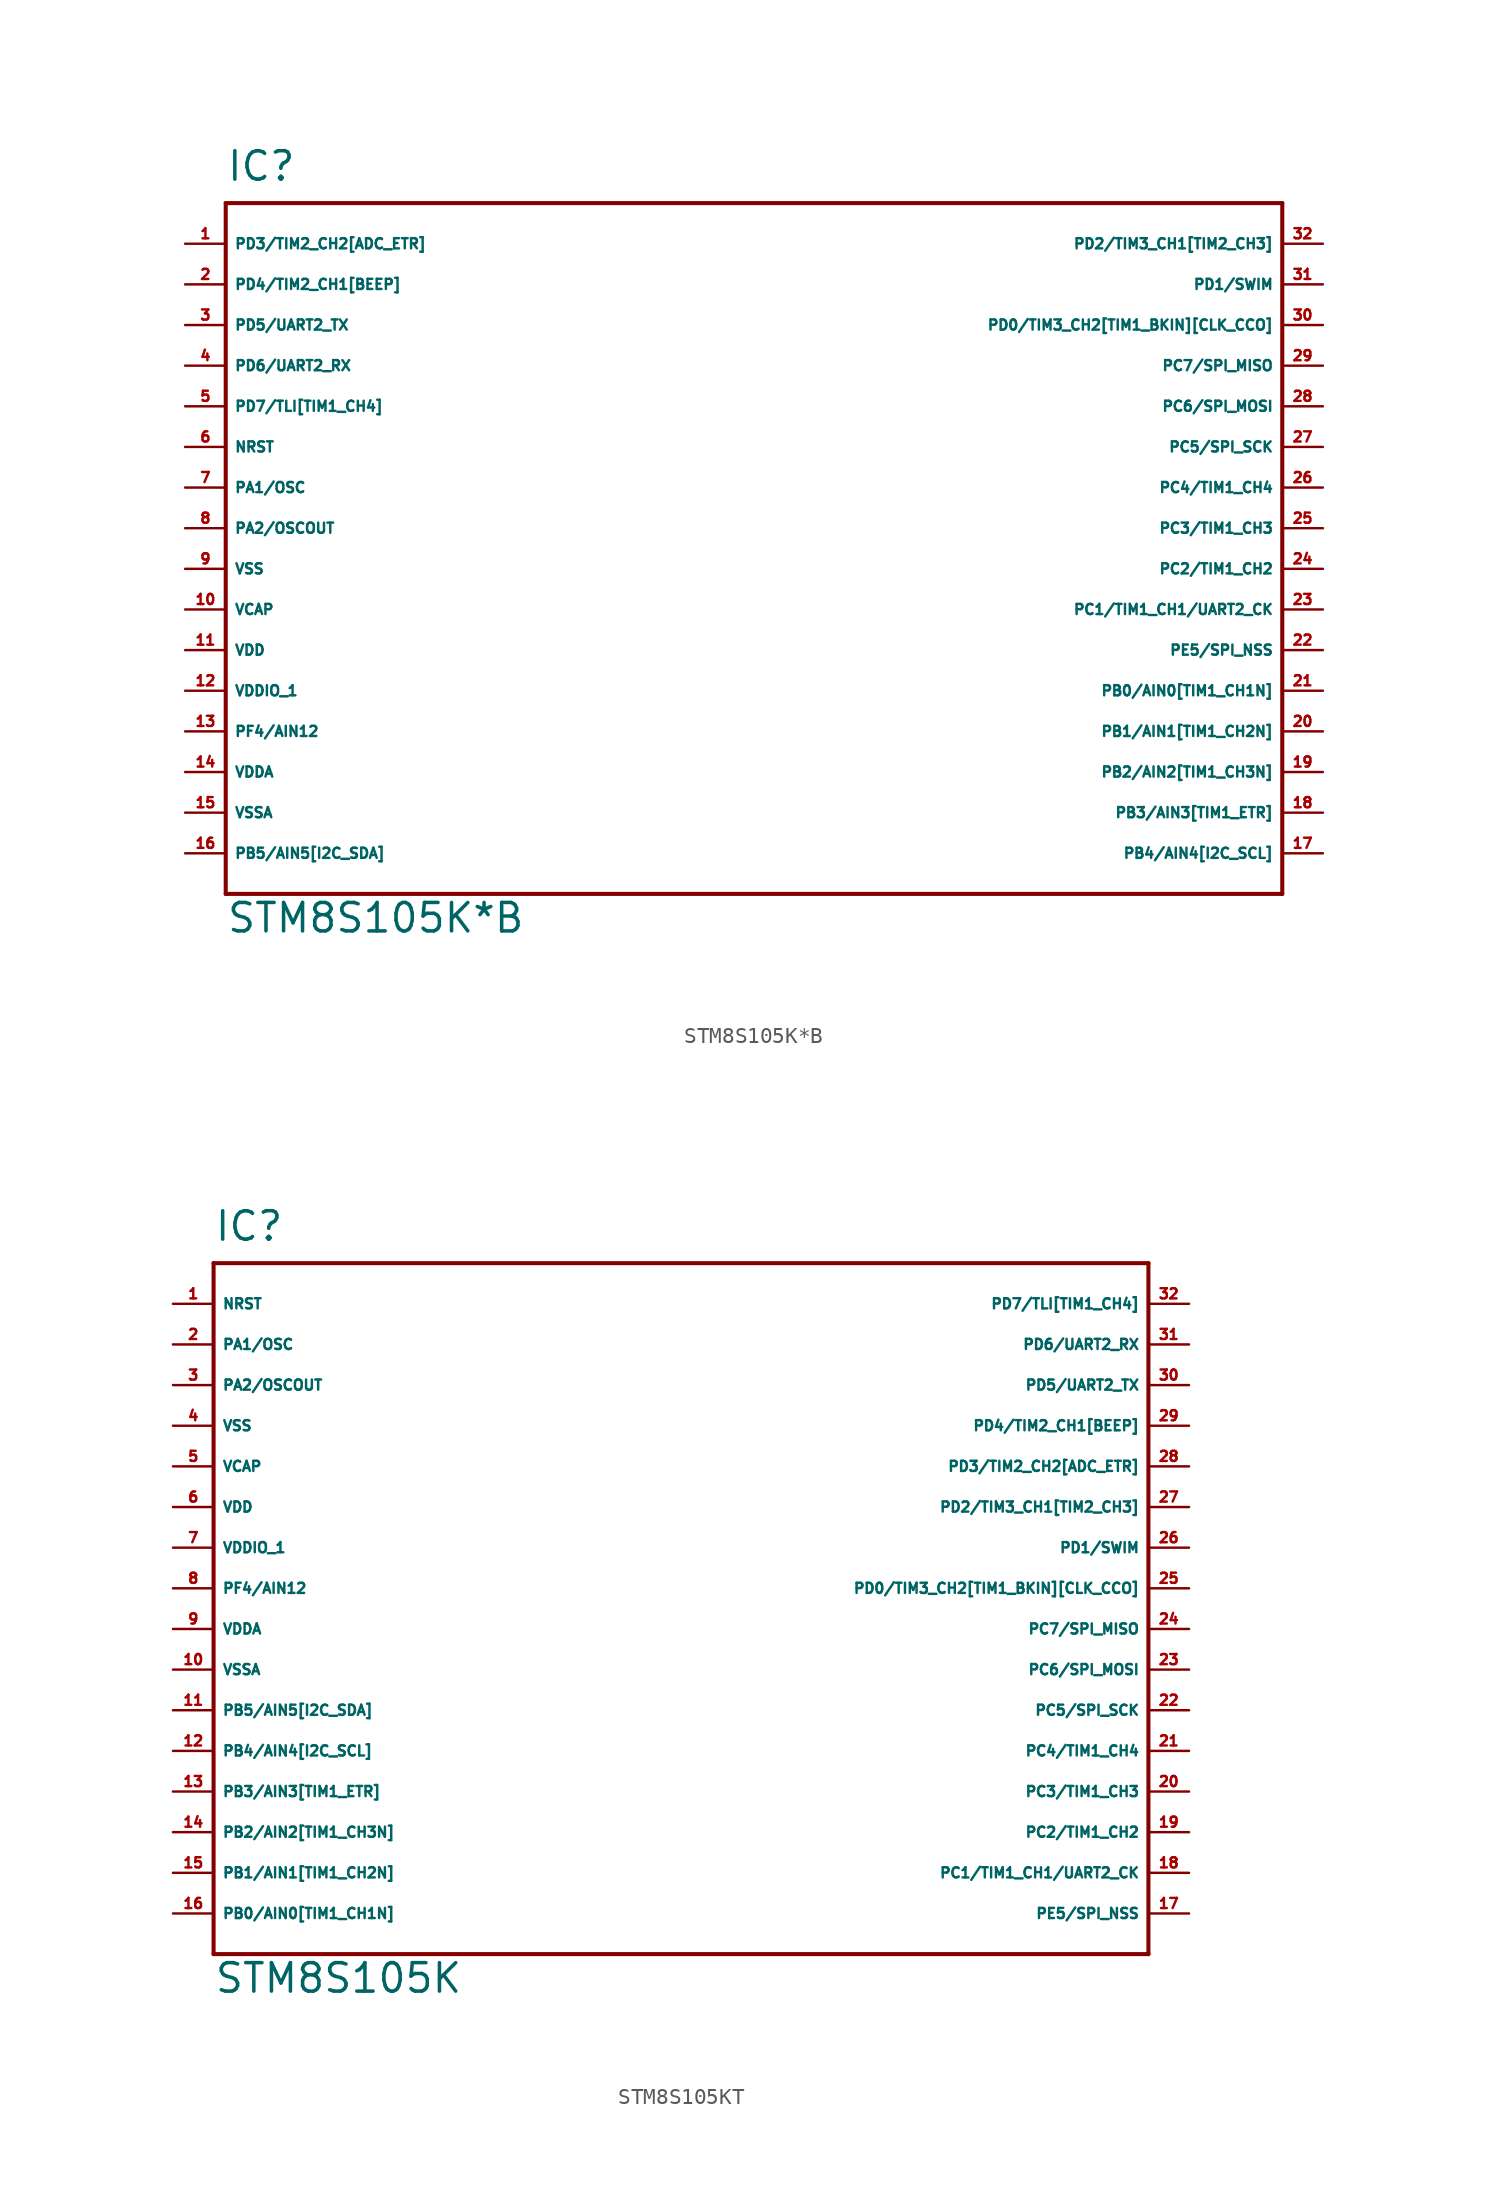
<source format=kicad_sym>
(kicad_symbol_lib
  (version 20220914)
  (generator Eagle2Kicad)
  (symbol "STM8S105K*B"
    (property "Reference" "IC"
      (at -33.02 21.59 0)
      (effects (font (size 1.778 1.778) (thickness 0.22)) (justify left bottom)))
    (property "Value" "STM8S105K*B"
      (at -33.02 -25.4 0)
      (effects (font (size 1.778 1.778) (thickness 0.22)) (justify left bottom)))
    (polyline
      (pts (xy -33.02 -22.86) (xy 33.02 -22.86))
      (stroke (width 0.254) (type default))
      (fill (type none)))
    (polyline
      (pts (xy 33.02 -22.86) (xy 33.02 20.32))
      (stroke (width 0.254) (type default))
      (fill (type none)))
    (polyline
      (pts (xy 33.02 20.32) (xy -33.02 20.32))
      (stroke (width 0.254) (type default))
      (fill (type none)))
    (polyline
      (pts (xy -33.02 20.32) (xy -33.02 -22.86))
      (stroke (width 0.254) (type default))
      (fill (type none)))
    (pin bidirectional line
      (at -35.56 17.78 0)
      (length 2.54)
      (name "PD3/TIM2_CH2[ADC_ETR]" (effects (font (size 0.635 0.635) (thickness 0.08)) (justify left bottom)))
      (number "1" (effects (font (size 0.635 0.635) (thickness 0.08)) (justify left bottom))))
    (pin bidirectional line
      (at -35.56 15.24 0)
      (length 2.54)
      (name "PD4/TIM2_CH1[BEEP]" (effects (font (size 0.635 0.635) (thickness 0.08)) (justify left bottom)))
      (number "2" (effects (font (size 0.635 0.635) (thickness 0.08)) (justify left bottom))))
    (pin bidirectional line
      (at -35.56 12.7 0)
      (length 2.54)
      (name "PD5/UART2_TX" (effects (font (size 0.635 0.635) (thickness 0.08)) (justify left bottom)))
      (number "3" (effects (font (size 0.635 0.635) (thickness 0.08)) (justify left bottom))))
    (pin bidirectional line
      (at -35.56 10.16 0)
      (length 2.54)
      (name "PD6/UART2_RX" (effects (font (size 0.635 0.635) (thickness 0.08)) (justify left bottom)))
      (number "4" (effects (font (size 0.635 0.635) (thickness 0.08)) (justify left bottom))))
    (pin bidirectional line
      (at -35.56 7.62 0)
      (length 2.54)
      (name "PD7/TLI[TIM1_CH4]" (effects (font (size 0.635 0.635) (thickness 0.08)) (justify left bottom)))
      (number "5" (effects (font (size 0.635 0.635) (thickness 0.08)) (justify left bottom))))
    (pin bidirectional line
      (at -35.56 5.08 0)
      (length 2.54)
      (name "NRST" (effects (font (size 0.635 0.635) (thickness 0.08)) (justify left bottom)))
      (number "6" (effects (font (size 0.635 0.635) (thickness 0.08)) (justify left bottom))))
    (pin bidirectional line
      (at -35.56 2.54 0)
      (length 2.54)
      (name "PA1/OSC" (effects (font (size 0.635 0.635) (thickness 0.08)) (justify left bottom)))
      (number "7" (effects (font (size 0.635 0.635) (thickness 0.08)) (justify left bottom))))
    (pin bidirectional line
      (at -35.56 0 0)
      (length 2.54)
      (name "PA2/OSCOUT" (effects (font (size 0.635 0.635) (thickness 0.08)) (justify left bottom)))
      (number "8" (effects (font (size 0.635 0.635) (thickness 0.08)) (justify left bottom))))
    (pin unspecified line
      (at -35.56 -2.54 0)
      (length 2.54)
      (name "VSS" (effects (font (size 0.635 0.635) (thickness 0.08)) (justify left bottom)))
      (number "9" (effects (font (size 0.635 0.635) (thickness 0.08)) (justify left bottom))))
    (pin unspecified line
      (at -35.56 -5.08 0)
      (length 2.54)
      (name "VCAP" (effects (font (size 0.635 0.635) (thickness 0.08)) (justify left bottom)))
      (number "10" (effects (font (size 0.635 0.635) (thickness 0.08)) (justify left bottom))))
    (pin unspecified line
      (at -35.56 -7.62 0)
      (length 2.54)
      (name "VDD" (effects (font (size 0.635 0.635) (thickness 0.08)) (justify left bottom)))
      (number "11" (effects (font (size 0.635 0.635) (thickness 0.08)) (justify left bottom))))
    (pin unspecified line
      (at -35.56 -10.16 0)
      (length 2.54)
      (name "VDDIO_1" (effects (font (size 0.635 0.635) (thickness 0.08)) (justify left bottom)))
      (number "12" (effects (font (size 0.635 0.635) (thickness 0.08)) (justify left bottom))))
    (pin bidirectional line
      (at -35.56 -12.7 0)
      (length 2.54)
      (name "PF4/AIN12" (effects (font (size 0.635 0.635) (thickness 0.08)) (justify left bottom)))
      (number "13" (effects (font (size 0.635 0.635) (thickness 0.08)) (justify left bottom))))
    (pin unspecified line
      (at -35.56 -15.24 0)
      (length 2.54)
      (name "VDDA" (effects (font (size 0.635 0.635) (thickness 0.08)) (justify left bottom)))
      (number "14" (effects (font (size 0.635 0.635) (thickness 0.08)) (justify left bottom))))
    (pin unspecified line
      (at -35.56 -17.78 0)
      (length 2.54)
      (name "VSSA" (effects (font (size 0.635 0.635) (thickness 0.08)) (justify left bottom)))
      (number "15" (effects (font (size 0.635 0.635) (thickness 0.08)) (justify left bottom))))
    (pin bidirectional line
      (at -35.56 -20.32 0)
      (length 2.54)
      (name "PB5/AIN5[I2C_SDA]" (effects (font (size 0.635 0.635) (thickness 0.08)) (justify left bottom)))
      (number "16" (effects (font (size 0.635 0.635) (thickness 0.08)) (justify left bottom))))
    (pin bidirectional line
      (at 35.56 -20.32 180)
      (length 2.54)
      (name "PB4/AIN4[I2C_SCL]" (effects (font (size 0.635 0.635) (thickness 0.08)) (justify left bottom)))
      (number "17" (effects (font (size 0.635 0.635) (thickness 0.08)) (justify left bottom))))
    (pin bidirectional line
      (at 35.56 -17.78 180)
      (length 2.54)
      (name "PB3/AIN3[TIM1_ETR]" (effects (font (size 0.635 0.635) (thickness 0.08)) (justify left bottom)))
      (number "18" (effects (font (size 0.635 0.635) (thickness 0.08)) (justify left bottom))))
    (pin bidirectional line
      (at 35.56 -15.24 180)
      (length 2.54)
      (name "PB2/AIN2[TIM1_CH3N]" (effects (font (size 0.635 0.635) (thickness 0.08)) (justify left bottom)))
      (number "19" (effects (font (size 0.635 0.635) (thickness 0.08)) (justify left bottom))))
    (pin bidirectional line
      (at 35.56 -12.7 180)
      (length 2.54)
      (name "PB1/AIN1[TIM1_CH2N]" (effects (font (size 0.635 0.635) (thickness 0.08)) (justify left bottom)))
      (number "20" (effects (font (size 0.635 0.635) (thickness 0.08)) (justify left bottom))))
    (pin bidirectional line
      (at 35.56 -10.16 180)
      (length 2.54)
      (name "PB0/AIN0[TIM1_CH1N]" (effects (font (size 0.635 0.635) (thickness 0.08)) (justify left bottom)))
      (number "21" (effects (font (size 0.635 0.635) (thickness 0.08)) (justify left bottom))))
    (pin bidirectional line
      (at 35.56 -7.62 180)
      (length 2.54)
      (name "PE5/SPI_NSS" (effects (font (size 0.635 0.635) (thickness 0.08)) (justify left bottom)))
      (number "22" (effects (font (size 0.635 0.635) (thickness 0.08)) (justify left bottom))))
    (pin bidirectional line
      (at 35.56 -5.08 180)
      (length 2.54)
      (name "PC1/TIM1_CH1/UART2_CK" (effects (font (size 0.635 0.635) (thickness 0.08)) (justify left bottom)))
      (number "23" (effects (font (size 0.635 0.635) (thickness 0.08)) (justify left bottom))))
    (pin bidirectional line
      (at 35.56 -2.54 180)
      (length 2.54)
      (name "PC2/TIM1_CH2" (effects (font (size 0.635 0.635) (thickness 0.08)) (justify left bottom)))
      (number "24" (effects (font (size 0.635 0.635) (thickness 0.08)) (justify left bottom))))
    (pin bidirectional line
      (at 35.56 0 180)
      (length 2.54)
      (name "PC3/TIM1_CH3" (effects (font (size 0.635 0.635) (thickness 0.08)) (justify left bottom)))
      (number "25" (effects (font (size 0.635 0.635) (thickness 0.08)) (justify left bottom))))
    (pin bidirectional line
      (at 35.56 2.54 180)
      (length 2.54)
      (name "PC4/TIM1_CH4" (effects (font (size 0.635 0.635) (thickness 0.08)) (justify left bottom)))
      (number "26" (effects (font (size 0.635 0.635) (thickness 0.08)) (justify left bottom))))
    (pin bidirectional line
      (at 35.56 5.08 180)
      (length 2.54)
      (name "PC5/SPI_SCK" (effects (font (size 0.635 0.635) (thickness 0.08)) (justify left bottom)))
      (number "27" (effects (font (size 0.635 0.635) (thickness 0.08)) (justify left bottom))))
    (pin bidirectional line
      (at 35.56 7.62 180)
      (length 2.54)
      (name "PC6/SPI_MOSI" (effects (font (size 0.635 0.635) (thickness 0.08)) (justify left bottom)))
      (number "28" (effects (font (size 0.635 0.635) (thickness 0.08)) (justify left bottom))))
    (pin bidirectional line
      (at 35.56 10.16 180)
      (length 2.54)
      (name "PC7/SPI_MISO" (effects (font (size 0.635 0.635) (thickness 0.08)) (justify left bottom)))
      (number "29" (effects (font (size 0.635 0.635) (thickness 0.08)) (justify left bottom))))
    (pin bidirectional line
      (at 35.56 12.7 180)
      (length 2.54)
      (name "PD0/TIM3_CH2[TIM1_BKIN][CLK_CCO]" (effects (font (size 0.635 0.635) (thickness 0.08)) (justify left bottom)))
      (number "30" (effects (font (size 0.635 0.635) (thickness 0.08)) (justify left bottom))))
    (pin bidirectional line
      (at 35.56 15.24 180)
      (length 2.54)
      (name "PD1/SWIM" (effects (font (size 0.635 0.635) (thickness 0.08)) (justify left bottom)))
      (number "31" (effects (font (size 0.635 0.635) (thickness 0.08)) (justify left bottom))))
    (pin bidirectional line
      (at 35.56 17.78 180)
      (length 2.54)
      (name "PD2/TIM3_CH1[TIM2_CH3]" (effects (font (size 0.635 0.635) (thickness 0.08)) (justify left bottom)))
      (number "32" (effects (font (size 0.635 0.635) (thickness 0.08)) (justify left bottom)))))
  (symbol "STM8S105KT"
    (property "Reference" "IC"
      (at -30.48 21.59 0)
      (effects (font (size 1.778 1.778) (thickness 0.22)) (justify left bottom)))
    (property "Value" "STM8S105K"
      (at -30.48 -25.4 0)
      (effects (font (size 1.778 1.778) (thickness 0.22)) (justify left bottom)))
    (polyline
      (pts (xy -30.48 -22.86) (xy 27.94 -22.86))
      (stroke (width 0.254) (type default))
      (fill (type none)))
    (polyline
      (pts (xy 27.94 -22.86) (xy 27.94 20.32))
      (stroke (width 0.254) (type default))
      (fill (type none)))
    (polyline
      (pts (xy 27.94 20.32) (xy -30.48 20.32))
      (stroke (width 0.254) (type default))
      (fill (type none)))
    (polyline
      (pts (xy -30.48 20.32) (xy -30.48 -22.86))
      (stroke (width 0.254) (type default))
      (fill (type none)))
    (pin bidirectional line
      (at -33.02 17.78 0)
      (length 2.54)
      (name "NRST" (effects (font (size 0.635 0.635) (thickness 0.08)) (justify left bottom)))
      (number "1" (effects (font (size 0.635 0.635) (thickness 0.08)) (justify left bottom))))
    (pin bidirectional line
      (at -33.02 15.24 0)
      (length 2.54)
      (name "PA1/OSC" (effects (font (size 0.635 0.635) (thickness 0.08)) (justify left bottom)))
      (number "2" (effects (font (size 0.635 0.635) (thickness 0.08)) (justify left bottom))))
    (pin bidirectional line
      (at -33.02 12.7 0)
      (length 2.54)
      (name "PA2/OSCOUT" (effects (font (size 0.635 0.635) (thickness 0.08)) (justify left bottom)))
      (number "3" (effects (font (size 0.635 0.635) (thickness 0.08)) (justify left bottom))))
    (pin unspecified line
      (at -33.02 10.16 0)
      (length 2.54)
      (name "VSS" (effects (font (size 0.635 0.635) (thickness 0.08)) (justify left bottom)))
      (number "4" (effects (font (size 0.635 0.635) (thickness 0.08)) (justify left bottom))))
    (pin unspecified line
      (at -33.02 7.62 0)
      (length 2.54)
      (name "VCAP" (effects (font (size 0.635 0.635) (thickness 0.08)) (justify left bottom)))
      (number "5" (effects (font (size 0.635 0.635) (thickness 0.08)) (justify left bottom))))
    (pin unspecified line
      (at -33.02 5.08 0)
      (length 2.54)
      (name "VDD" (effects (font (size 0.635 0.635) (thickness 0.08)) (justify left bottom)))
      (number "6" (effects (font (size 0.635 0.635) (thickness 0.08)) (justify left bottom))))
    (pin unspecified line
      (at -33.02 2.54 0)
      (length 2.54)
      (name "VDDIO_1" (effects (font (size 0.635 0.635) (thickness 0.08)) (justify left bottom)))
      (number "7" (effects (font (size 0.635 0.635) (thickness 0.08)) (justify left bottom))))
    (pin bidirectional line
      (at -33.02 0 0)
      (length 2.54)
      (name "PF4/AIN12" (effects (font (size 0.635 0.635) (thickness 0.08)) (justify left bottom)))
      (number "8" (effects (font (size 0.635 0.635) (thickness 0.08)) (justify left bottom))))
    (pin unspecified line
      (at -33.02 -2.54 0)
      (length 2.54)
      (name "VDDA" (effects (font (size 0.635 0.635) (thickness 0.08)) (justify left bottom)))
      (number "9" (effects (font (size 0.635 0.635) (thickness 0.08)) (justify left bottom))))
    (pin unspecified line
      (at -33.02 -5.08 0)
      (length 2.54)
      (name "VSSA" (effects (font (size 0.635 0.635) (thickness 0.08)) (justify left bottom)))
      (number "10" (effects (font (size 0.635 0.635) (thickness 0.08)) (justify left bottom))))
    (pin bidirectional line
      (at -33.02 -7.62 0)
      (length 2.54)
      (name "PB5/AIN5[I2C_SDA]" (effects (font (size 0.635 0.635) (thickness 0.08)) (justify left bottom)))
      (number "11" (effects (font (size 0.635 0.635) (thickness 0.08)) (justify left bottom))))
    (pin bidirectional line
      (at -33.02 -10.16 0)
      (length 2.54)
      (name "PB4/AIN4[I2C_SCL]" (effects (font (size 0.635 0.635) (thickness 0.08)) (justify left bottom)))
      (number "12" (effects (font (size 0.635 0.635) (thickness 0.08)) (justify left bottom))))
    (pin bidirectional line
      (at -33.02 -12.7 0)
      (length 2.54)
      (name "PB3/AIN3[TIM1_ETR]" (effects (font (size 0.635 0.635) (thickness 0.08)) (justify left bottom)))
      (number "13" (effects (font (size 0.635 0.635) (thickness 0.08)) (justify left bottom))))
    (pin bidirectional line
      (at -33.02 -15.24 0)
      (length 2.54)
      (name "PB2/AIN2[TIM1_CH3N]" (effects (font (size 0.635 0.635) (thickness 0.08)) (justify left bottom)))
      (number "14" (effects (font (size 0.635 0.635) (thickness 0.08)) (justify left bottom))))
    (pin bidirectional line
      (at -33.02 -17.78 0)
      (length 2.54)
      (name "PB1/AIN1[TIM1_CH2N]" (effects (font (size 0.635 0.635) (thickness 0.08)) (justify left bottom)))
      (number "15" (effects (font (size 0.635 0.635) (thickness 0.08)) (justify left bottom))))
    (pin bidirectional line
      (at -33.02 -20.32 0)
      (length 2.54)
      (name "PB0/AIN0[TIM1_CH1N]" (effects (font (size 0.635 0.635) (thickness 0.08)) (justify left bottom)))
      (number "16" (effects (font (size 0.635 0.635) (thickness 0.08)) (justify left bottom))))
    (pin bidirectional line
      (at 30.48 -20.32 180)
      (length 2.54)
      (name "PE5/SPI_NSS" (effects (font (size 0.635 0.635) (thickness 0.08)) (justify left bottom)))
      (number "17" (effects (font (size 0.635 0.635) (thickness 0.08)) (justify left bottom))))
    (pin bidirectional line
      (at 30.48 -17.78 180)
      (length 2.54)
      (name "PC1/TIM1_CH1/UART2_CK" (effects (font (size 0.635 0.635) (thickness 0.08)) (justify left bottom)))
      (number "18" (effects (font (size 0.635 0.635) (thickness 0.08)) (justify left bottom))))
    (pin bidirectional line
      (at 30.48 -15.24 180)
      (length 2.54)
      (name "PC2/TIM1_CH2" (effects (font (size 0.635 0.635) (thickness 0.08)) (justify left bottom)))
      (number "19" (effects (font (size 0.635 0.635) (thickness 0.08)) (justify left bottom))))
    (pin bidirectional line
      (at 30.48 -12.7 180)
      (length 2.54)
      (name "PC3/TIM1_CH3" (effects (font (size 0.635 0.635) (thickness 0.08)) (justify left bottom)))
      (number "20" (effects (font (size 0.635 0.635) (thickness 0.08)) (justify left bottom))))
    (pin bidirectional line
      (at 30.48 -10.16 180)
      (length 2.54)
      (name "PC4/TIM1_CH4" (effects (font (size 0.635 0.635) (thickness 0.08)) (justify left bottom)))
      (number "21" (effects (font (size 0.635 0.635) (thickness 0.08)) (justify left bottom))))
    (pin bidirectional line
      (at 30.48 -7.62 180)
      (length 2.54)
      (name "PC5/SPI_SCK" (effects (font (size 0.635 0.635) (thickness 0.08)) (justify left bottom)))
      (number "22" (effects (font (size 0.635 0.635) (thickness 0.08)) (justify left bottom))))
    (pin bidirectional line
      (at 30.48 -5.08 180)
      (length 2.54)
      (name "PC6/SPI_MOSI" (effects (font (size 0.635 0.635) (thickness 0.08)) (justify left bottom)))
      (number "23" (effects (font (size 0.635 0.635) (thickness 0.08)) (justify left bottom))))
    (pin bidirectional line
      (at 30.48 -2.54 180)
      (length 2.54)
      (name "PC7/SPI_MISO" (effects (font (size 0.635 0.635) (thickness 0.08)) (justify left bottom)))
      (number "24" (effects (font (size 0.635 0.635) (thickness 0.08)) (justify left bottom))))
    (pin bidirectional line
      (at 30.48 0 180)
      (length 2.54)
      (name "PD0/TIM3_CH2[TIM1_BKIN][CLK_CCO]" (effects (font (size 0.635 0.635) (thickness 0.08)) (justify left bottom)))
      (number "25" (effects (font (size 0.635 0.635) (thickness 0.08)) (justify left bottom))))
    (pin bidirectional line
      (at 30.48 2.54 180)
      (length 2.54)
      (name "PD1/SWIM" (effects (font (size 0.635 0.635) (thickness 0.08)) (justify left bottom)))
      (number "26" (effects (font (size 0.635 0.635) (thickness 0.08)) (justify left bottom))))
    (pin bidirectional line
      (at 30.48 5.08 180)
      (length 2.54)
      (name "PD2/TIM3_CH1[TIM2_CH3]" (effects (font (size 0.635 0.635) (thickness 0.08)) (justify left bottom)))
      (number "27" (effects (font (size 0.635 0.635) (thickness 0.08)) (justify left bottom))))
    (pin bidirectional line
      (at 30.48 7.62 180)
      (length 2.54)
      (name "PD3/TIM2_CH2[ADC_ETR]" (effects (font (size 0.635 0.635) (thickness 0.08)) (justify left bottom)))
      (number "28" (effects (font (size 0.635 0.635) (thickness 0.08)) (justify left bottom))))
    (pin bidirectional line
      (at 30.48 10.16 180)
      (length 2.54)
      (name "PD4/TIM2_CH1[BEEP]" (effects (font (size 0.635 0.635) (thickness 0.08)) (justify left bottom)))
      (number "29" (effects (font (size 0.635 0.635) (thickness 0.08)) (justify left bottom))))
    (pin bidirectional line
      (at 30.48 12.7 180)
      (length 2.54)
      (name "PD5/UART2_TX" (effects (font (size 0.635 0.635) (thickness 0.08)) (justify left bottom)))
      (number "30" (effects (font (size 0.635 0.635) (thickness 0.08)) (justify left bottom))))
    (pin bidirectional line
      (at 30.48 15.24 180)
      (length 2.54)
      (name "PD6/UART2_RX" (effects (font (size 0.635 0.635) (thickness 0.08)) (justify left bottom)))
      (number "31" (effects (font (size 0.635 0.635) (thickness 0.08)) (justify left bottom))))
    (pin bidirectional line
      (at 30.48 17.78 180)
      (length 2.54)
      (name "PD7/TLI[TIM1_CH4]" (effects (font (size 0.635 0.635) (thickness 0.08)) (justify left bottom)))
      (number "32" (effects (font (size 0.635 0.635) (thickness 0.08)) (justify left bottom))))))
</source>
